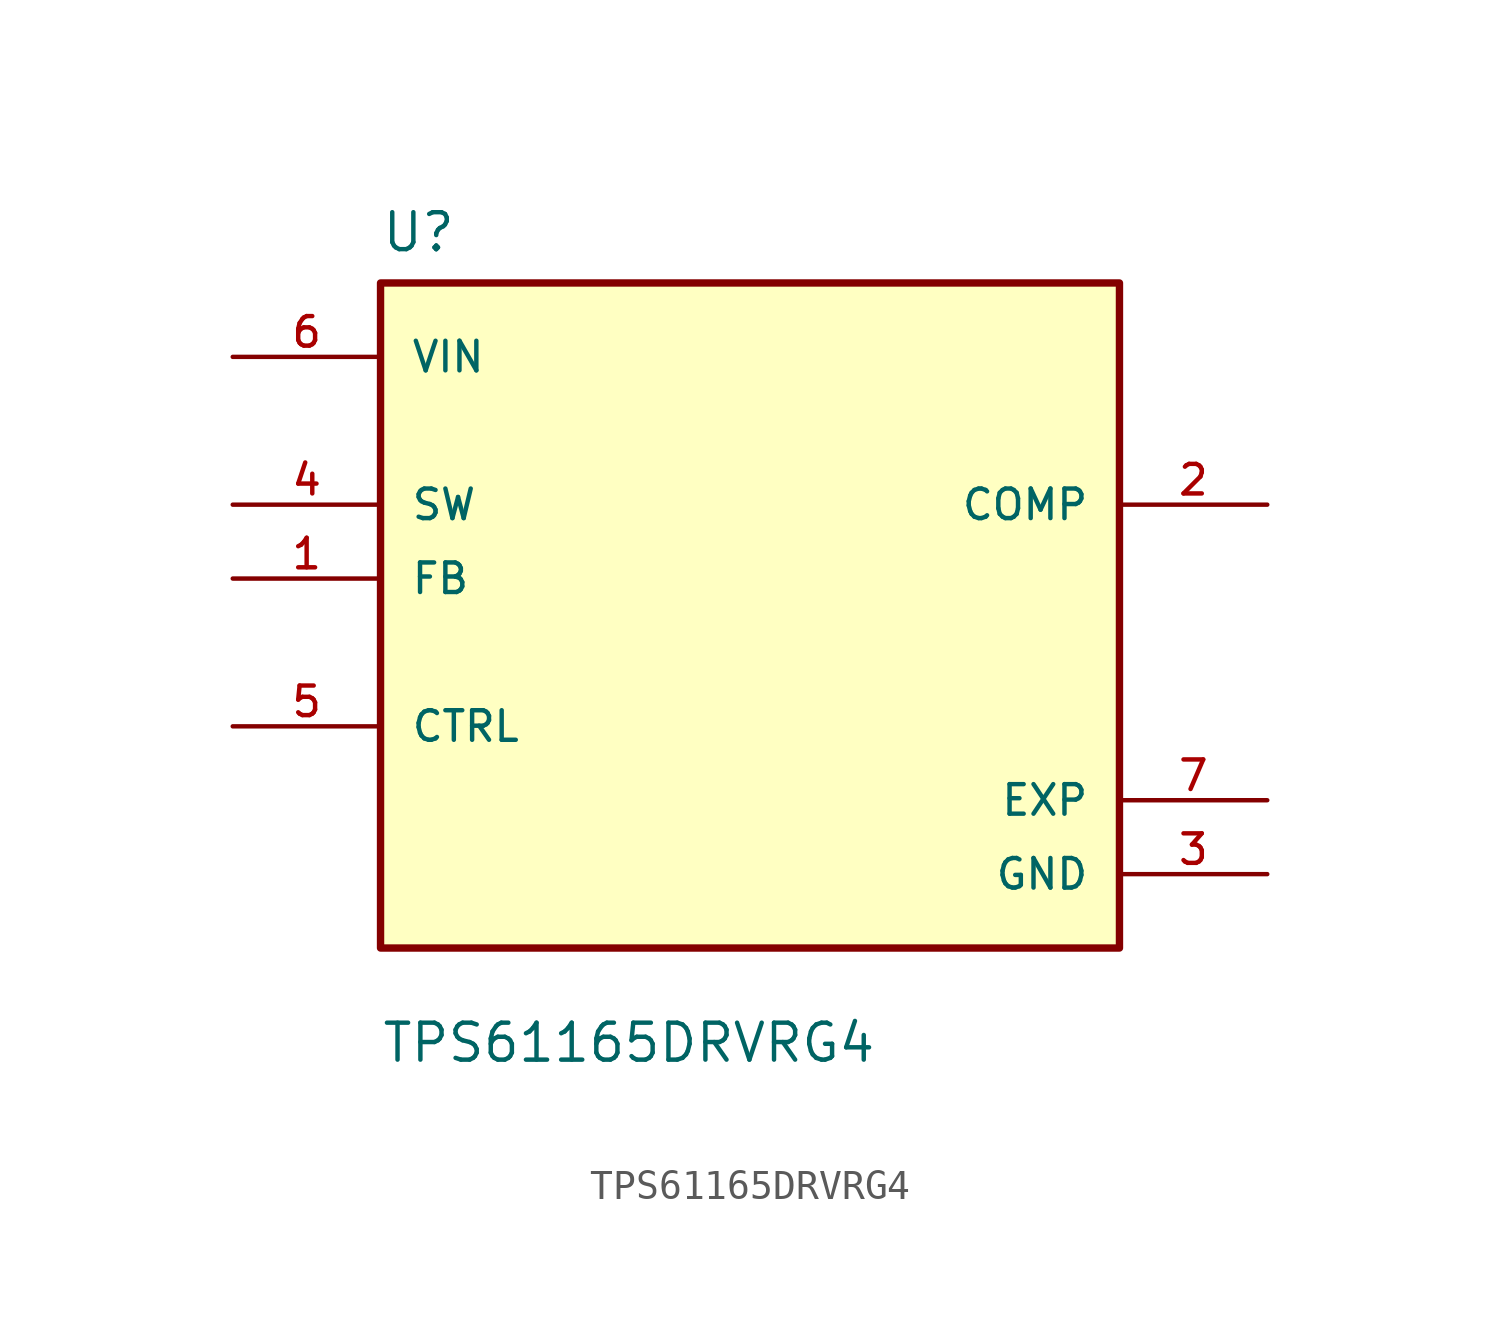
<source format=kicad_sym>
(kicad_symbol_lib
  (version 20211014)
  (generator kicad_symbol_editor)
  (symbol "TPS61165DRVRG4"
    (pin_names
      (offset 1.016))
    (property "Reference" "U"
      (at -12.7 11.16 0.0)
      (effects (font (size 1.27 1.27)) (justify bottom left)))
    (property "Value" "TPS61165DRVRG4"
      (at -12.7 -16.7 0.0)
      (effects (font (size 1.27 1.27)) (justify bottom left)))
    (symbol "TPS61165DRVRG4_0_0"
      (rectangle (start -12.7 -12.7) (end 12.7 10.16) (stroke (width 0.254)) (fill (type background)))
      (pin power_in line (at 17.78 -10.16 180.0) (length 5.08) (name "GND" (effects (font (size 1.016 1.016)))) (number "3" (effects (font (size 1.016 1.016)))))
      (pin input line (at -17.78 7.62 0) (length 5.08) (name "VIN" (effects (font (size 1.016 1.016)))) (number "6" (effects (font (size 1.016 1.016)))))
      (pin output line (at 17.78 2.54 180.0) (length 5.08) (name "COMP" (effects (font (size 1.016 1.016)))) (number "2" (effects (font (size 1.016 1.016)))))
      (pin input line (at -17.78 0.0 0) (length 5.08) (name "FB" (effects (font (size 1.016 1.016)))) (number "1" (effects (font (size 1.016 1.016)))))
      (pin input line (at -17.78 -5.08 0) (length 5.08) (name "CTRL" (effects (font (size 1.016 1.016)))) (number "5" (effects (font (size 1.016 1.016)))))
      (pin power_in line (at 17.78 -7.62 180.0) (length 5.08) (name "EXP" (effects (font (size 1.016 1.016)))) (number "7" (effects (font (size 1.016 1.016)))))
      (pin input line (at -17.78 2.54 0) (length 5.08) (name "SW" (effects (font (size 1.016 1.016)))) (number "4" (effects (font (size 1.016 1.016))))))))
</source>
